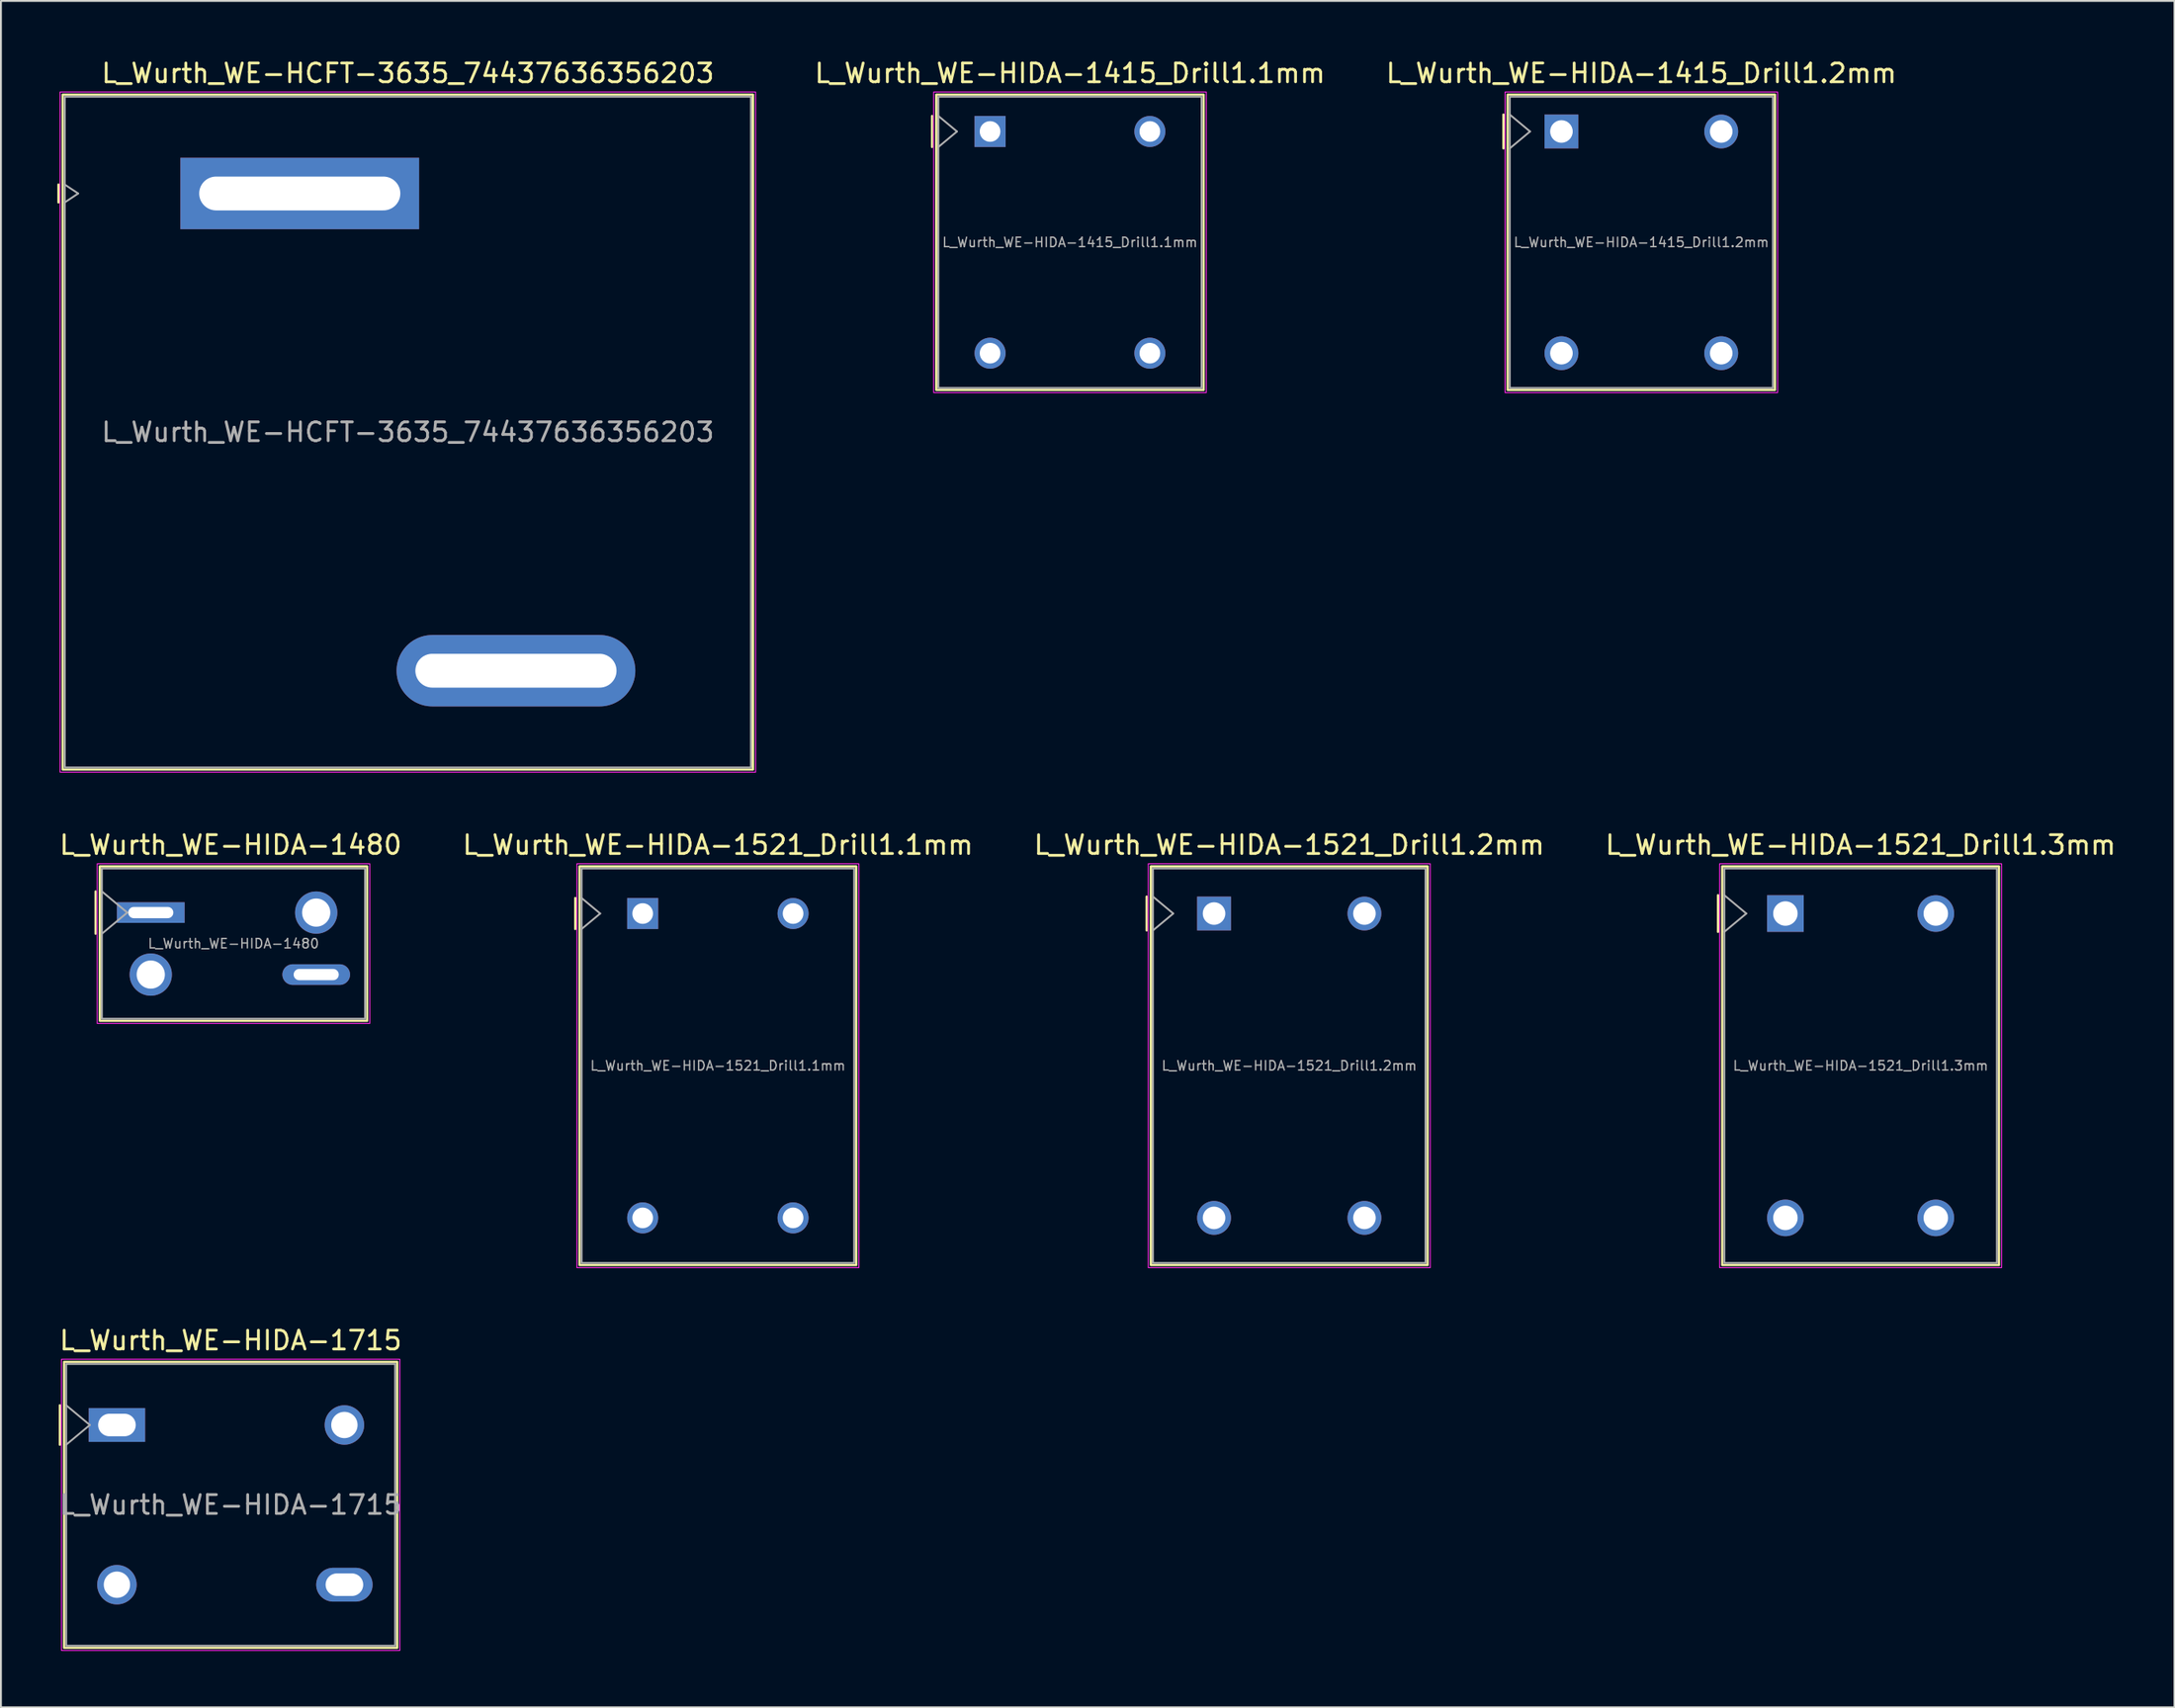
<source format=kicad_pcb>
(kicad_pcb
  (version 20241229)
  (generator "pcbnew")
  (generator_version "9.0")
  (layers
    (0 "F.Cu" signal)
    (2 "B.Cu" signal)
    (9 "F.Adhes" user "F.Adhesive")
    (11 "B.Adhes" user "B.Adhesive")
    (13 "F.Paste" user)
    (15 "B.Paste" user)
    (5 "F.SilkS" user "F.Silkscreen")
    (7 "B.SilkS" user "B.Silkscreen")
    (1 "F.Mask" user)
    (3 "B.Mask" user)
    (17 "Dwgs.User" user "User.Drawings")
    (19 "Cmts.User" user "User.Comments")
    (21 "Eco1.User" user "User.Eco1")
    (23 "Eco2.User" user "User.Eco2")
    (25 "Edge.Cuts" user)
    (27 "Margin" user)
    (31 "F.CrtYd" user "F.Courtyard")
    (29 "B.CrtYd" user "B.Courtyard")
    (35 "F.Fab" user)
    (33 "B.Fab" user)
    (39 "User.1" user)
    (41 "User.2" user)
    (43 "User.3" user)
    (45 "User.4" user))
  (footprint "L_Wurth_WE-HIDA-1415_Drill1.2mm"
    (layer "F.Cu")
    (at 80.009 3.948)
    (property "Reference" "L_Wurth_WE-HIDA-1415_Drill1.2mm" (at 4.25 -3.1 0) (unlocked yes) (layer "F.SilkS") (effects (font (size 1 1) (thickness 0.15))))
    (attr through_hole)
    (fp_line (start -3.085 -0.9) (end -3.085 0.9) (stroke (width 0.12) (type solid)) (layer "F.SilkS"))
    (fp_rect (start -2.86 -1.96) (end 11.36 13.76) (stroke (width 0.12) (type solid)) (fill no) (layer "F.SilkS"))
    (fp_rect (start -3 -2.1) (end 11.5 13.9) (stroke (width 0.05) (type solid)) (fill no) (layer "F.CrtYd"))
    (fp_line (start -2.75 -0.9) (end -1.67 0) (stroke (width 0.1) (type solid)) (layer "F.Fab"))
    (fp_line (start -2.75 0.9) (end -1.67 0) (stroke (width 0.1) (type solid)) (layer "F.Fab"))
    (fp_rect (start -2.75 -1.85) (end 11.25 13.65) (stroke (width 0.1) (type solid)) (fill no) (layer "F.Fab"))
    (fp_text user "${REFERENCE}" (at 4.25 5.9 0) (unlocked yes) (layer "F.Fab") (effects (font (size 0.5 0.5) (thickness 0.075))))
    (pad "1" thru_hole rect (at 0 0) (size 1.8 1.8) (drill 1.2) (layers "*.Cu" "*.Mask"))
    (pad "2" thru_hole circle (at 0 11.8) (size 1.8 1.8) (drill 1.2) (layers "*.Cu" "*.Mask"))
    (pad "3" thru_hole circle (at 8.5 11.8) (size 1.8 1.8) (drill 1.2) (layers "*.Cu" "*.Mask"))
    (pad "4" thru_hole circle (at 8.5 0) (size 1.8 1.8) (drill 1.2) (layers "*.Cu" "*.Mask")))
  (footprint "L_Wurth_WE-HIDA-1521_Drill1.1mm"
    (layer "F.Cu")
    (at 31.137 45.572)
    (property "Reference" "L_Wurth_WE-HIDA-1521_Drill1.1mm" (at 4 -3.65 0) (unlocked yes) (layer "F.SilkS") (effects (font (size 1 1) (thickness 0.15))))
    (attr through_hole)
    (fp_line (start -3.585 -0.825) (end -3.585 0.825) (stroke (width 0.12) (type solid)) (layer "F.SilkS"))
    (fp_rect (start -3.36 -2.51) (end 11.36 18.71) (stroke (width 0.12) (type solid)) (fill no) (layer "F.SilkS"))
    (fp_rect (start -3.5 -2.65) (end 11.5 18.85) (stroke (width 0.05) (type solid)) (fill no) (layer "F.CrtYd"))
    (fp_line (start -3.25 -0.825) (end -2.26 0) (stroke (width 0.1) (type solid)) (layer "F.Fab"))
    (fp_line (start -3.25 0.825) (end -2.26 0) (stroke (width 0.1) (type solid)) (layer "F.Fab"))
    (fp_rect (start -3.25 -2.4) (end 11.25 18.6) (stroke (width 0.1) (type solid)) (fill no) (layer "F.Fab"))
    (fp_text user "${REFERENCE}" (at 4 8.1 0) (unlocked yes) (layer "F.Fab") (effects (font (size 0.5 0.5) (thickness 0.075))))
    (pad "1" thru_hole rect (at 0 0) (size 1.65 1.65) (drill 1.1) (layers "*.Cu" "*.Mask"))
    (pad "2" thru_hole circle (at 0 16.2) (size 1.65 1.65) (drill 1.1) (layers "*.Cu" "*.Mask"))
    (pad "3" thru_hole circle (at 8 16.2) (size 1.65 1.65) (drill 1.1) (layers "*.Cu" "*.Mask"))
    (pad "4" thru_hole circle (at 8 0) (size 1.65 1.65) (drill 1.1) (layers "*.Cu" "*.Mask")))
  (footprint "L_Wurth_WE-HIDA-1480"
    (layer "F.Cu")
    (at 4.97 45.522)
    (property "Reference" "L_Wurth_WE-HIDA-1480" (at 4.25 -3.6 0) (unlocked yes) (layer "F.SilkS") (effects (font (size 1 1) (thickness 0.15))))
    (attr through_hole)
    (fp_line (start -2.935 -1.125) (end -2.935 1.125) (stroke (width 0.12) (type solid)) (layer "F.SilkS"))
    (fp_rect (start -2.71 -2.46) (end 11.51 5.76) (stroke (width 0.12) (type solid)) (fill no) (layer "F.SilkS"))
    (fp_rect (start -2.85 -2.6) (end 11.65 5.9) (stroke (width 0.05) (type solid)) (fill no) (layer "F.CrtYd"))
    (fp_line (start -2.6 -1.125) (end -1.25 0) (stroke (width 0.1) (type solid)) (layer "F.Fab"))
    (fp_line (start -2.6 1.125) (end -1.25 0) (stroke (width 0.1) (type solid)) (layer "F.Fab"))
    (fp_rect (start -2.6 -2.35) (end 11.4 5.65) (stroke (width 0.1) (type solid)) (fill no) (layer "F.Fab"))
    (fp_text user "${REFERENCE}" (at 4.4 1.65 0) (unlocked yes) (layer "F.Fab") (effects (font (size 0.5 0.5) (thickness 0.075))))
    (pad "1" thru_hole rect (at 0 0) (size 3.6 1.1) (drill oval 2.4 0.6) (layers "*.Cu" "*.Mask"))
    (pad "2" thru_hole oval (at 8.8 3.3) (size 3.6 1.1) (drill oval 2.4 0.6) (layers "*.Cu" "*.Mask"))
    (pad "3" thru_hole circle (at 0 3.3) (size 2.25 2.25) (drill 1.5) (layers "*.Cu" "*.Mask"))
    (pad "4" thru_hole circle (at 8.8 0) (size 2.25 2.25) (drill 1.5) (layers "*.Cu" "*.Mask")))
  (footprint "L_Wurth_WE-HIDA-1715"
    (layer "F.Cu")
    (at 3.17 72.795)
    (property "Reference" "L_Wurth_WE-HIDA-1715" (at 6.05 -4.5 0) (unlocked yes) (layer "F.SilkS") (effects (font (size 1 1) (thickness 0.15))))
    (attr through_hole)
    (fp_line (start -3.035 -1.05) (end -3.035 1.05) (stroke (width 0.12) (type solid)) (layer "F.SilkS"))
    (fp_rect (start -2.81 -3.36) (end 14.91 11.86) (stroke (width 0.12) (type solid)) (fill no) (layer "F.SilkS"))
    (fp_rect (start -2.95 -3.5) (end 15.05 12) (stroke (width 0.05) (type solid)) (fill no) (layer "F.CrtYd"))
    (fp_line (start -2.7 -1.05) (end -1.44 0) (stroke (width 0.1) (type solid)) (layer "F.Fab"))
    (fp_line (start -2.7 1.05) (end -1.44 0) (stroke (width 0.1) (type solid)) (layer "F.Fab"))
    (fp_rect (start -2.7 -3.25) (end 14.8 11.75) (stroke (width 0.1) (type solid)) (fill no) (layer "F.Fab"))
    (fp_text user "${REFERENCE}" (at 6.05 4.25 0) (unlocked yes) (layer "F.Fab") (effects (font (size 1 1) (thickness 0.15))))
    (pad "1" thru_hole rect (at 0 0) (size 3 1.8) (drill oval 2 1.2) (layers "*.Cu" "*.Mask"))
    (pad "2" thru_hole oval (at 12.1 8.5) (size 3 1.8) (drill oval 2 1.2) (layers "*.Cu" "*.Mask"))
    (pad "3" thru_hole circle (at 0 8.5) (size 2.1 2.1) (drill 1.4) (layers "*.Cu" "*.Mask"))
    (pad "4" thru_hole circle (at 12.1 0) (size 2.1 2.1) (drill 1.4) (layers "*.Cu" "*.Mask")))
  (footprint "L_Wurth_WE-HIDA-1521_Drill1.3mm"
    (layer "F.Cu")
    (at 91.923 45.572)
    (property "Reference" "L_Wurth_WE-HIDA-1521_Drill1.3mm" (at 4 -3.65 0) (unlocked yes) (layer "F.SilkS") (effects (font (size 1 1) (thickness 0.15))))
    (attr through_hole)
    (fp_line (start -3.585 -0.975) (end -3.585 0.975) (stroke (width 0.12) (type solid)) (layer "F.SilkS"))
    (fp_rect (start -3.36 -2.51) (end 11.36 18.71) (stroke (width 0.12) (type solid)) (fill no) (layer "F.SilkS"))
    (fp_rect (start -3.5 -2.65) (end 11.5 18.85) (stroke (width 0.05) (type solid)) (fill no) (layer "F.CrtYd"))
    (fp_line (start -3.25 -0.975) (end -2.08 0) (stroke (width 0.1) (type solid)) (layer "F.Fab"))
    (fp_line (start -3.25 0.975) (end -2.08 0) (stroke (width 0.1) (type solid)) (layer "F.Fab"))
    (fp_rect (start -3.25 -2.4) (end 11.25 18.6) (stroke (width 0.1) (type solid)) (fill no) (layer "F.Fab"))
    (fp_text user "${REFERENCE}" (at 4 8.1 0) (unlocked yes) (layer "F.Fab") (effects (font (size 0.5 0.5) (thickness 0.075))))
    (pad "1" thru_hole rect (at 0 0) (size 1.95 1.95) (drill 1.3) (layers "*.Cu" "*.Mask"))
    (pad "2" thru_hole circle (at 0 16.2) (size 1.95 1.95) (drill 1.3) (layers "*.Cu" "*.Mask"))
    (pad "3" thru_hole circle (at 8 16.2) (size 1.95 1.95) (drill 1.3) (layers "*.Cu" "*.Mask"))
    (pad "4" thru_hole circle (at 8 0) (size 1.95 1.95) (drill 1.3) (layers "*.Cu" "*.Mask")))
  (footprint "L_Wurth_WE-HIDA-1521_Drill1.2mm"
    (layer "F.Cu")
    (at 61.53 45.572)
    (property "Reference" "L_Wurth_WE-HIDA-1521_Drill1.2mm" (at 4 -3.65 0) (unlocked yes) (layer "F.SilkS") (effects (font (size 1 1) (thickness 0.15))))
    (attr through_hole)
    (fp_line (start -3.585 -0.9) (end -3.585 0.9) (stroke (width 0.12) (type solid)) (layer "F.SilkS"))
    (fp_rect (start -3.36 -2.51) (end 11.36 18.71) (stroke (width 0.12) (type solid)) (fill no) (layer "F.SilkS"))
    (fp_rect (start -3.5 -2.65) (end 11.5 18.85) (stroke (width 0.05) (type solid)) (fill no) (layer "F.CrtYd"))
    (fp_line (start -3.25 -0.9) (end -2.17 0) (stroke (width 0.1) (type solid)) (layer "F.Fab"))
    (fp_line (start -3.25 0.9) (end -2.17 0) (stroke (width 0.1) (type solid)) (layer "F.Fab"))
    (fp_rect (start -3.25 -2.4) (end 11.25 18.6) (stroke (width 0.1) (type solid)) (fill no) (layer "F.Fab"))
    (fp_text user "${REFERENCE}" (at 4 8.1 0) (unlocked yes) (layer "F.Fab") (effects (font (size 0.5 0.5) (thickness 0.075))))
    (pad "1" thru_hole rect (at 0 0) (size 1.8 1.8) (drill 1.2) (layers "*.Cu" "*.Mask"))
    (pad "2" thru_hole circle (at 0 16.2) (size 1.8 1.8) (drill 1.2) (layers "*.Cu" "*.Mask"))
    (pad "3" thru_hole circle (at 8 16.2) (size 1.8 1.8) (drill 1.2) (layers "*.Cu" "*.Mask"))
    (pad "4" thru_hole circle (at 8 0) (size 1.8 1.8) (drill 1.2) (layers "*.Cu" "*.Mask")))
  (footprint "L_Wurth_WE-HCFT-3635_74437636356203"
    (layer "F.Cu")
    (at 12.895 7.248)
    (property "Reference" "L_Wurth_WE-HCFT-3635_74437636356203" (at 5.75 -6.4 0) (unlocked yes) (layer "F.SilkS") (effects (font (size 1 1) (thickness 0.15))))
    (attr through_hole)
    (fp_line (start -12.835 -0.475) (end -12.835 0.475) (stroke (width 0.12) (type default)) (layer "F.SilkS"))
    (fp_rect (start -12.61 -5.26) (end 24.11 30.66) (stroke (width 0.12) (type default)) (fill no) (layer "F.SilkS"))
    (fp_rect (start -12.75 -5.4) (end 24.25 30.8) (stroke (width 0.05) (type default)) (fill no) (layer "F.CrtYd"))
    (fp_line (start -12.5 -0.475) (end -11.787 0) (stroke (width 0.1) (type default)) (layer "F.Fab"))
    (fp_line (start -12.5 0.475) (end -11.787 0) (stroke (width 0.1) (type default)) (layer "F.Fab"))
    (fp_rect (start -12.5 -5.15) (end 24 30.55) (stroke (width 0.1) (type default)) (fill no) (layer "F.Fab"))
    (fp_text user "${REFERENCE}" (at 5.75 12.7 0) (unlocked yes) (layer "F.Fab") (effects (font (size 1 1) (thickness 0.15))))
    (pad "1" thru_hole rect (at 0 0) (size 12.7 3.8) (drill oval 10.7 1.8) (layers "*.Cu" "*.Mask"))
    (pad "2" thru_hole oval (at 11.5 25.4) (size 12.7 3.8) (drill oval 10.7 1.8) (layers "*.Cu" "*.Mask")))
  (footprint "L_Wurth_WE-HIDA-1415_Drill1.1mm"
    (layer "F.Cu")
    (at 49.616 3.948)
    (property "Reference" "L_Wurth_WE-HIDA-1415_Drill1.1mm" (at 4.25 -3.1 0) (unlocked yes) (layer "F.SilkS") (effects (font (size 1 1) (thickness 0.15))))
    (attr through_hole)
    (fp_line (start -3.085 -0.825) (end -3.085 0.825) (stroke (width 0.12) (type solid)) (layer "F.SilkS"))
    (fp_rect (start -2.86 -1.96) (end 11.36 13.76) (stroke (width 0.12) (type solid)) (fill no) (layer "F.SilkS"))
    (fp_rect (start -3 -2.1) (end 11.5 13.9) (stroke (width 0.05) (type solid)) (fill no) (layer "F.CrtYd"))
    (fp_line (start -2.75 -0.825) (end -1.76 0) (stroke (width 0.1) (type solid)) (layer "F.Fab"))
    (fp_line (start -2.75 0.825) (end -1.76 0) (stroke (width 0.1) (type solid)) (layer "F.Fab"))
    (fp_rect (start -2.75 -1.85) (end 11.25 13.65) (stroke (width 0.1) (type solid)) (fill no) (layer "F.Fab"))
    (fp_text user "${REFERENCE}" (at 4.25 5.9 0) (unlocked yes) (layer "F.Fab") (effects (font (size 0.5 0.5) (thickness 0.075))))
    (pad "1" thru_hole rect (at 0 0) (size 1.65 1.65) (drill 1.1) (layers "*.Cu" "*.Mask"))
    (pad "2" thru_hole circle (at 0 11.8) (size 1.65 1.65) (drill 1.1) (layers "*.Cu" "*.Mask"))
    (pad "3" thru_hole circle (at 8.5 11.8) (size 1.65 1.65) (drill 1.1) (layers "*.Cu" "*.Mask"))
    (pad "4" thru_hole circle (at 8.5 0) (size 1.65 1.65) (drill 1.1) (layers "*.Cu" "*.Mask")))
  (gr_rect
    (start -3 -3)
    (end 112.619 87.82)
    (stroke (width 0.1) (type default))
    (fill no)
    (layer "Edge.Cuts")))
</source>
